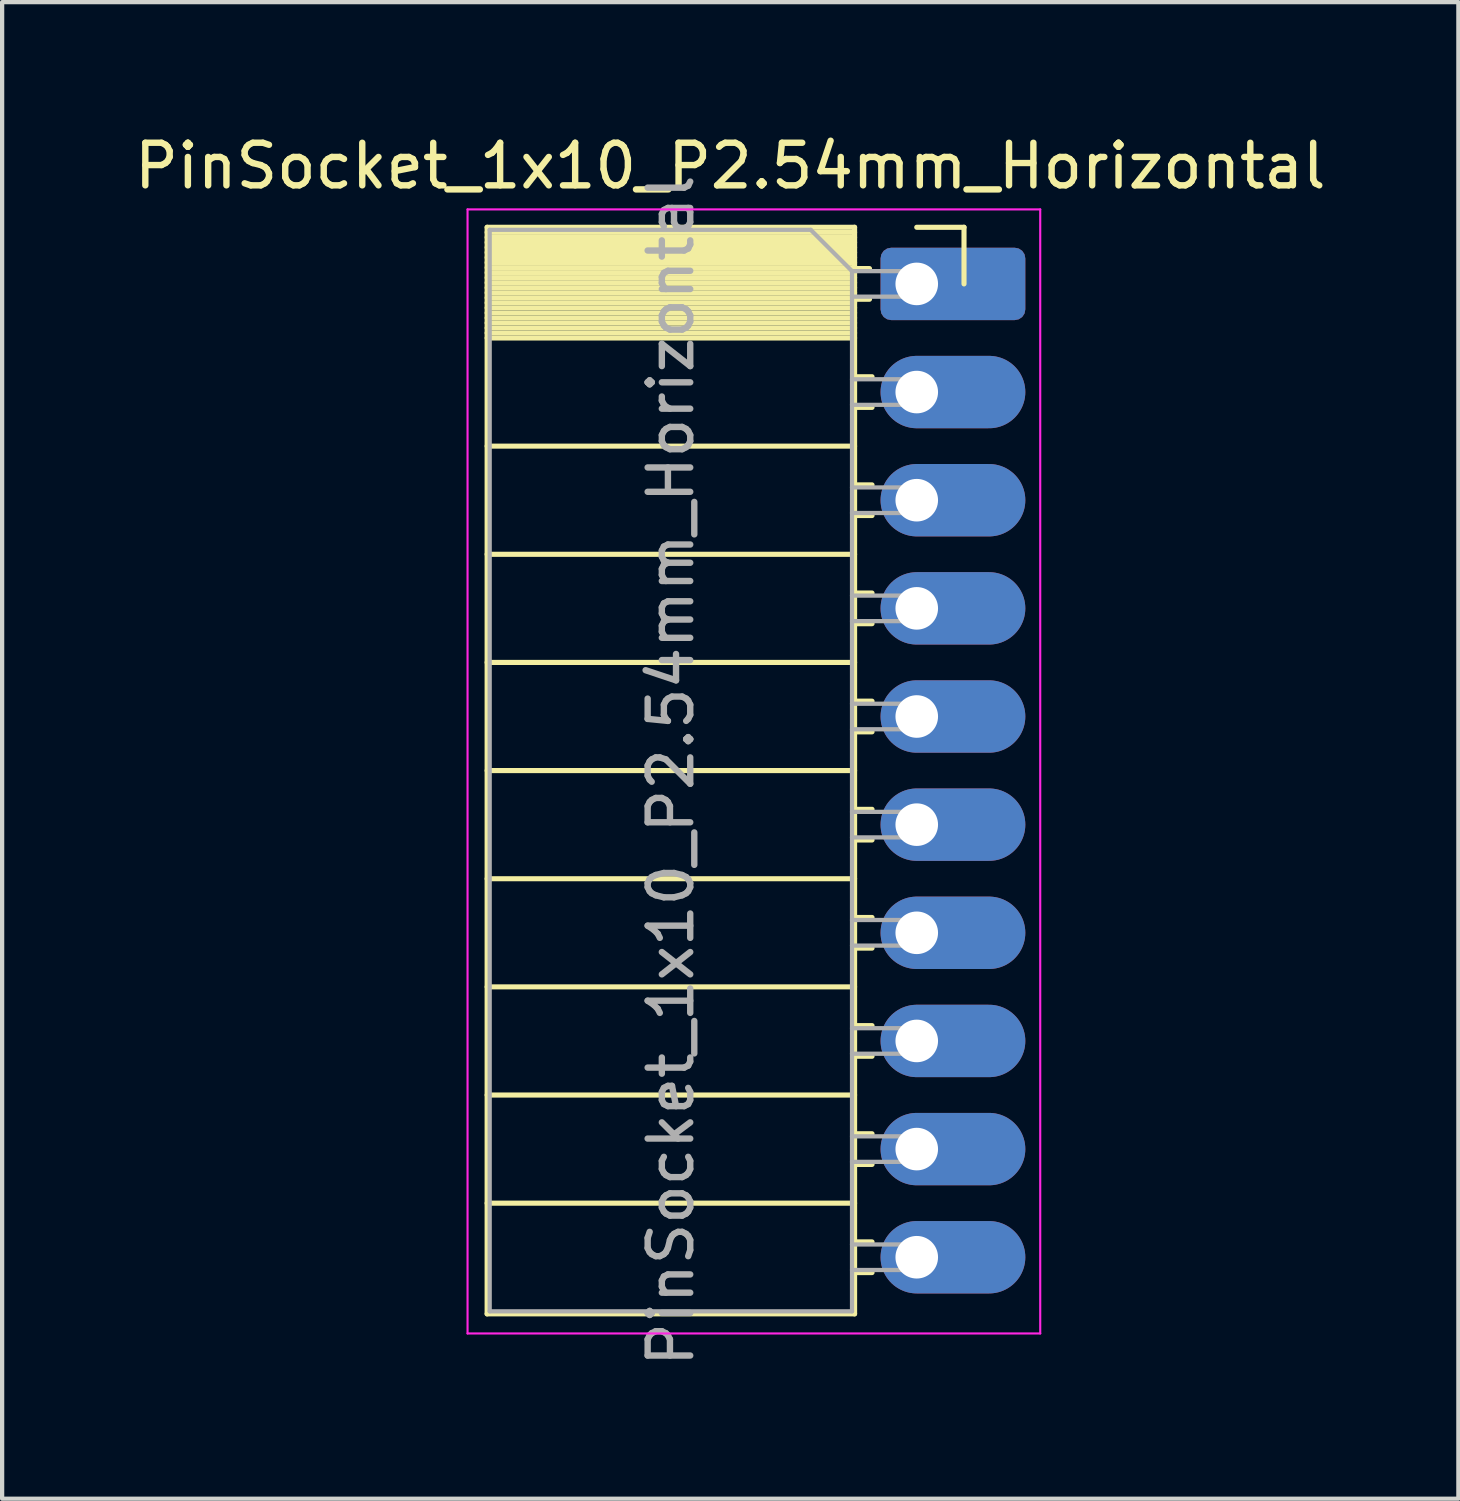
<source format=kicad_pcb>
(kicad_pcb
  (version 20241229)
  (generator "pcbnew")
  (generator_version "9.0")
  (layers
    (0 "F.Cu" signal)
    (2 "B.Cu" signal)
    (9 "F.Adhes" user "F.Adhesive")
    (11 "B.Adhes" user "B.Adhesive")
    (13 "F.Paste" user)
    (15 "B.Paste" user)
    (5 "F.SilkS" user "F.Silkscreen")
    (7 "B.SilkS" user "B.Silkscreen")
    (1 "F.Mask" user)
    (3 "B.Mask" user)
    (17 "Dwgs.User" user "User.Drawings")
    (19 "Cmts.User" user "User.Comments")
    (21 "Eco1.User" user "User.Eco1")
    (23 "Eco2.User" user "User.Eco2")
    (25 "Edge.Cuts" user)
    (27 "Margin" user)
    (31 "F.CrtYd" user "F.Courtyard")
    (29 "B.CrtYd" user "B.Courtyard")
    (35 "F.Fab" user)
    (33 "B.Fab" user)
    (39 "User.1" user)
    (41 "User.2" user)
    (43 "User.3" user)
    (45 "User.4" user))
  (footprint "PinSocket_1x10_P2.54mm_Horizontal"
    (layer "F.Cu")
    (at 18.481 3.618)
    (property "Reference" "PinSocket_1x10_P2.54mm_Horizontal" (at -4.38 -2.77 0) (layer "F.SilkS") (effects (font (size 1 1) (thickness 0.15))))
    (attr through_hole)
    (fp_line (start -10.09 -1.33) (end -10.09 24.19) (stroke (width 0.12) (type solid)) (layer "F.SilkS"))
    (fp_line (start -10.09 -1.33) (end -1.46 -1.33) (stroke (width 0.12) (type solid)) (layer "F.SilkS"))
    (fp_line (start -10.09 -1.21) (end -1.46 -1.21) (stroke (width 0.12) (type solid)) (layer "F.SilkS"))
    (fp_line (start -10.09 -1.092) (end -1.46 -1.092) (stroke (width 0.12) (type solid)) (layer "F.SilkS"))
    (fp_line (start -10.09 -0.974) (end -1.46 -0.974) (stroke (width 0.12) (type solid)) (layer "F.SilkS"))
    (fp_line (start -10.09 -0.856) (end -1.46 -0.856) (stroke (width 0.12) (type solid)) (layer "F.SilkS"))
    (fp_line (start -10.09 -0.738) (end -1.46 -0.738) (stroke (width 0.12) (type solid)) (layer "F.SilkS"))
    (fp_line (start -10.09 -0.62) (end -1.46 -0.62) (stroke (width 0.12) (type solid)) (layer "F.SilkS"))
    (fp_line (start -10.09 -0.501) (end -1.46 -0.501) (stroke (width 0.12) (type solid)) (layer "F.SilkS"))
    (fp_line (start -10.09 -0.383) (end -1.46 -0.383) (stroke (width 0.12) (type solid)) (layer "F.SilkS"))
    (fp_line (start -10.09 -0.265) (end -1.46 -0.265) (stroke (width 0.12) (type solid)) (layer "F.SilkS"))
    (fp_line (start -10.09 -0.147) (end -1.46 -0.147) (stroke (width 0.12) (type solid)) (layer "F.SilkS"))
    (fp_line (start -10.09 -0.029) (end -1.46 -0.029) (stroke (width 0.12) (type solid)) (layer "F.SilkS"))
    (fp_line (start -10.09 0.089) (end -1.46 0.089) (stroke (width 0.12) (type solid)) (layer "F.SilkS"))
    (fp_line (start -10.09 0.207) (end -1.46 0.207) (stroke (width 0.12) (type solid)) (layer "F.SilkS"))
    (fp_line (start -10.09 0.325) (end -1.46 0.325) (stroke (width 0.12) (type solid)) (layer "F.SilkS"))
    (fp_line (start -10.09 0.443) (end -1.46 0.443) (stroke (width 0.12) (type solid)) (layer "F.SilkS"))
    (fp_line (start -10.09 0.561) (end -1.46 0.561) (stroke (width 0.12) (type solid)) (layer "F.SilkS"))
    (fp_line (start -10.09 0.68) (end -1.46 0.68) (stroke (width 0.12) (type solid)) (layer "F.SilkS"))
    (fp_line (start -10.09 0.798) (end -1.46 0.798) (stroke (width 0.12) (type solid)) (layer "F.SilkS"))
    (fp_line (start -10.09 0.916) (end -1.46 0.916) (stroke (width 0.12) (type solid)) (layer "F.SilkS"))
    (fp_line (start -10.09 1.034) (end -1.46 1.034) (stroke (width 0.12) (type solid)) (layer "F.SilkS"))
    (fp_line (start -10.09 1.152) (end -1.46 1.152) (stroke (width 0.12) (type solid)) (layer "F.SilkS"))
    (fp_line (start -10.09 1.27) (end -1.46 1.27) (stroke (width 0.12) (type solid)) (layer "F.SilkS"))
    (fp_line (start -10.09 3.81) (end -1.46 3.81) (stroke (width 0.12) (type solid)) (layer "F.SilkS"))
    (fp_line (start -10.09 6.35) (end -1.46 6.35) (stroke (width 0.12) (type solid)) (layer "F.SilkS"))
    (fp_line (start -10.09 8.89) (end -1.46 8.89) (stroke (width 0.12) (type solid)) (layer "F.SilkS"))
    (fp_line (start -10.09 11.43) (end -1.46 11.43) (stroke (width 0.12) (type solid)) (layer "F.SilkS"))
    (fp_line (start -10.09 13.97) (end -1.46 13.97) (stroke (width 0.12) (type solid)) (layer "F.SilkS"))
    (fp_line (start -10.09 16.51) (end -1.46 16.51) (stroke (width 0.12) (type solid)) (layer "F.SilkS"))
    (fp_line (start -10.09 19.05) (end -1.46 19.05) (stroke (width 0.12) (type solid)) (layer "F.SilkS"))
    (fp_line (start -10.09 21.59) (end -1.46 21.59) (stroke (width 0.12) (type solid)) (layer "F.SilkS"))
    (fp_line (start -10.09 24.19) (end -1.46 24.19) (stroke (width 0.12) (type solid)) (layer "F.SilkS"))
    (fp_line (start -1.46 -1.33) (end -1.46 24.19) (stroke (width 0.12) (type solid)) (layer "F.SilkS"))
    (fp_line (start -1.46 -0.36) (end -1.11 -0.36) (stroke (width 0.12) (type solid)) (layer "F.SilkS"))
    (fp_line (start -1.46 0.36) (end -1.11 0.36) (stroke (width 0.12) (type solid)) (layer "F.SilkS"))
    (fp_line (start -1.46 2.18) (end -1.05 2.18) (stroke (width 0.12) (type solid)) (layer "F.SilkS"))
    (fp_line (start -1.46 2.9) (end -1.05 2.9) (stroke (width 0.12) (type solid)) (layer "F.SilkS"))
    (fp_line (start -1.46 4.72) (end -1.05 4.72) (stroke (width 0.12) (type solid)) (layer "F.SilkS"))
    (fp_line (start -1.46 5.44) (end -1.05 5.44) (stroke (width 0.12) (type solid)) (layer "F.SilkS"))
    (fp_line (start -1.46 7.26) (end -1.05 7.26) (stroke (width 0.12) (type solid)) (layer "F.SilkS"))
    (fp_line (start -1.46 7.98) (end -1.05 7.98) (stroke (width 0.12) (type solid)) (layer "F.SilkS"))
    (fp_line (start -1.46 9.8) (end -1.05 9.8) (stroke (width 0.12) (type solid)) (layer "F.SilkS"))
    (fp_line (start -1.46 10.52) (end -1.05 10.52) (stroke (width 0.12) (type solid)) (layer "F.SilkS"))
    (fp_line (start -1.46 12.34) (end -1.05 12.34) (stroke (width 0.12) (type solid)) (layer "F.SilkS"))
    (fp_line (start -1.46 13.06) (end -1.05 13.06) (stroke (width 0.12) (type solid)) (layer "F.SilkS"))
    (fp_line (start -1.46 14.88) (end -1.05 14.88) (stroke (width 0.12) (type solid)) (layer "F.SilkS"))
    (fp_line (start -1.46 15.6) (end -1.05 15.6) (stroke (width 0.12) (type solid)) (layer "F.SilkS"))
    (fp_line (start -1.46 17.42) (end -1.05 17.42) (stroke (width 0.12) (type solid)) (layer "F.SilkS"))
    (fp_line (start -1.46 18.14) (end -1.05 18.14) (stroke (width 0.12) (type solid)) (layer "F.SilkS"))
    (fp_line (start -1.46 19.96) (end -1.05 19.96) (stroke (width 0.12) (type solid)) (layer "F.SilkS"))
    (fp_line (start -1.46 20.68) (end -1.05 20.68) (stroke (width 0.12) (type solid)) (layer "F.SilkS"))
    (fp_line (start -1.46 22.5) (end -1.05 22.5) (stroke (width 0.12) (type solid)) (layer "F.SilkS"))
    (fp_line (start -1.46 23.22) (end -1.05 23.22) (stroke (width 0.12) (type solid)) (layer "F.SilkS"))
    (fp_line (start 0 -1.33) (end 1.11 -1.33) (stroke (width 0.12) (type solid)) (layer "F.SilkS"))
    (fp_line (start 1.11 -1.33) (end 1.11 0) (stroke (width 0.12) (type solid)) (layer "F.SilkS"))
    (fp_line (start -10.55 -1.75) (end -10.55 24.65) (stroke (width 0.05) (type solid)) (layer "F.CrtYd"))
    (fp_line (start -10.55 -1.75) (end 2.9 -1.75) (stroke (width 0.05) (type default)) (layer "F.CrtYd"))
    (fp_line (start -10.55 24.65) (end 2.9 24.65) (stroke (width 0.05) (type default)) (layer "F.CrtYd"))
    (fp_line (start 2.9 24.65) (end 2.9 -1.75) (stroke (width 0.05) (type solid)) (layer "F.CrtYd"))
    (fp_line (start -10.03 -1.27) (end -2.49 -1.27) (stroke (width 0.1) (type solid)) (layer "F.Fab"))
    (fp_line (start -10.03 24.13) (end -10.03 -1.27) (stroke (width 0.1) (type solid)) (layer "F.Fab"))
    (fp_line (start -2.49 -1.27) (end -1.52 -0.3) (stroke (width 0.1) (type solid)) (layer "F.Fab"))
    (fp_line (start -1.52 -0.3) (end -1.52 24.13) (stroke (width 0.1) (type solid)) (layer "F.Fab"))
    (fp_line (start -1.52 0.3) (end 0 0.3) (stroke (width 0.1) (type solid)) (layer "F.Fab"))
    (fp_line (start -1.52 2.84) (end 0 2.84) (stroke (width 0.1) (type solid)) (layer "F.Fab"))
    (fp_line (start -1.52 5.38) (end 0 5.38) (stroke (width 0.1) (type solid)) (layer "F.Fab"))
    (fp_line (start -1.52 7.92) (end 0 7.92) (stroke (width 0.1) (type solid)) (layer "F.Fab"))
    (fp_line (start -1.52 10.46) (end 0 10.46) (stroke (width 0.1) (type solid)) (layer "F.Fab"))
    (fp_line (start -1.52 13) (end 0 13) (stroke (width 0.1) (type solid)) (layer "F.Fab"))
    (fp_line (start -1.52 15.54) (end 0 15.54) (stroke (width 0.1) (type solid)) (layer "F.Fab"))
    (fp_line (start -1.52 18.08) (end 0 18.08) (stroke (width 0.1) (type solid)) (layer "F.Fab"))
    (fp_line (start -1.52 20.62) (end 0 20.62) (stroke (width 0.1) (type solid)) (layer "F.Fab"))
    (fp_line (start -1.52 23.16) (end 0 23.16) (stroke (width 0.1) (type solid)) (layer "F.Fab"))
    (fp_line (start -1.52 24.13) (end -10.03 24.13) (stroke (width 0.1) (type solid)) (layer "F.Fab"))
    (fp_line (start 0 -0.3) (end -1.52 -0.3) (stroke (width 0.1) (type solid)) (layer "F.Fab"))
    (fp_line (start 0 0.3) (end 0 -0.3) (stroke (width 0.1) (type solid)) (layer "F.Fab"))
    (fp_line (start 0 2.24) (end -1.52 2.24) (stroke (width 0.1) (type solid)) (layer "F.Fab"))
    (fp_line (start 0 2.84) (end 0 2.24) (stroke (width 0.1) (type solid)) (layer "F.Fab"))
    (fp_line (start 0 4.78) (end -1.52 4.78) (stroke (width 0.1) (type solid)) (layer "F.Fab"))
    (fp_line (start 0 5.38) (end 0 4.78) (stroke (width 0.1) (type solid)) (layer "F.Fab"))
    (fp_line (start 0 7.32) (end -1.52 7.32) (stroke (width 0.1) (type solid)) (layer "F.Fab"))
    (fp_line (start 0 7.92) (end 0 7.32) (stroke (width 0.1) (type solid)) (layer "F.Fab"))
    (fp_line (start 0 9.86) (end -1.52 9.86) (stroke (width 0.1) (type solid)) (layer "F.Fab"))
    (fp_line (start 0 10.46) (end 0 9.86) (stroke (width 0.1) (type solid)) (layer "F.Fab"))
    (fp_line (start 0 12.4) (end -1.52 12.4) (stroke (width 0.1) (type solid)) (layer "F.Fab"))
    (fp_line (start 0 13) (end 0 12.4) (stroke (width 0.1) (type solid)) (layer "F.Fab"))
    (fp_line (start 0 14.94) (end -1.52 14.94) (stroke (width 0.1) (type solid)) (layer "F.Fab"))
    (fp_line (start 0 15.54) (end 0 14.94) (stroke (width 0.1) (type solid)) (layer "F.Fab"))
    (fp_line (start 0 17.48) (end -1.52 17.48) (stroke (width 0.1) (type solid)) (layer "F.Fab"))
    (fp_line (start 0 18.08) (end 0 17.48) (stroke (width 0.1) (type solid)) (layer "F.Fab"))
    (fp_line (start 0 20.02) (end -1.52 20.02) (stroke (width 0.1) (type solid)) (layer "F.Fab"))
    (fp_line (start 0 20.62) (end 0 20.02) (stroke (width 0.1) (type solid)) (layer "F.Fab"))
    (fp_line (start 0 22.56) (end -1.52 22.56) (stroke (width 0.1) (type solid)) (layer "F.Fab"))
    (fp_line (start 0 23.16) (end 0 22.56) (stroke (width 0.1) (type solid)) (layer "F.Fab"))
    (fp_text user "${REFERENCE}" (at -5.775 11.43 90) (layer "F.Fab") (effects (font (size 1 1) (thickness 0.15))))
    (pad "1" thru_hole roundrect (at 0 0) (size 3.4 1.7) (drill oval 1 (offset 0.85 0)) (layers "*.Cu" "*.Mask") (roundrect_rratio 0.147))
    (pad "2" thru_hole oval (at 0 2.54) (size 3.4 1.7) (drill 1 (offset 0.85 0)) (layers "*.Cu" "*.Mask"))
    (pad "3" thru_hole oval (at 0 5.08) (size 3.4 1.7) (drill 1 (offset 0.85 0)) (layers "*.Cu" "*.Mask"))
    (pad "4" thru_hole oval (at 0 7.62) (size 3.4 1.7) (drill 1 (offset 0.85 0)) (layers "*.Cu" "*.Mask"))
    (pad "5" thru_hole oval (at 0 10.16) (size 3.4 1.7) (drill 1 (offset 0.85 0)) (layers "*.Cu" "*.Mask"))
    (pad "6" thru_hole oval (at 0 12.7) (size 3.4 1.7) (drill 1 (offset 0.85 0)) (layers "*.Cu" "*.Mask"))
    (pad "7" thru_hole oval (at 0 15.24) (size 3.4 1.7) (drill 1 (offset 0.85 0)) (layers "*.Cu" "*.Mask"))
    (pad "8" thru_hole oval (at 0 17.78) (size 3.4 1.7) (drill 1 (offset 0.85 0)) (layers "*.Cu" "*.Mask"))
    (pad "9" thru_hole oval (at 0 20.32) (size 3.4 1.7) (drill 1 (offset 0.85 0)) (layers "*.Cu" "*.Mask"))
    (pad "10" thru_hole oval (at 0 22.86) (size 3.4 1.7) (drill 1 (offset 0.85 0)) (layers "*.Cu" "*.Mask")))
  (gr_rect
    (start -3 -3)
    (end 31.202 32.149)
    (stroke (width 0.1) (type default))
    (fill no)
    (layer "Edge.Cuts")))
</source>
